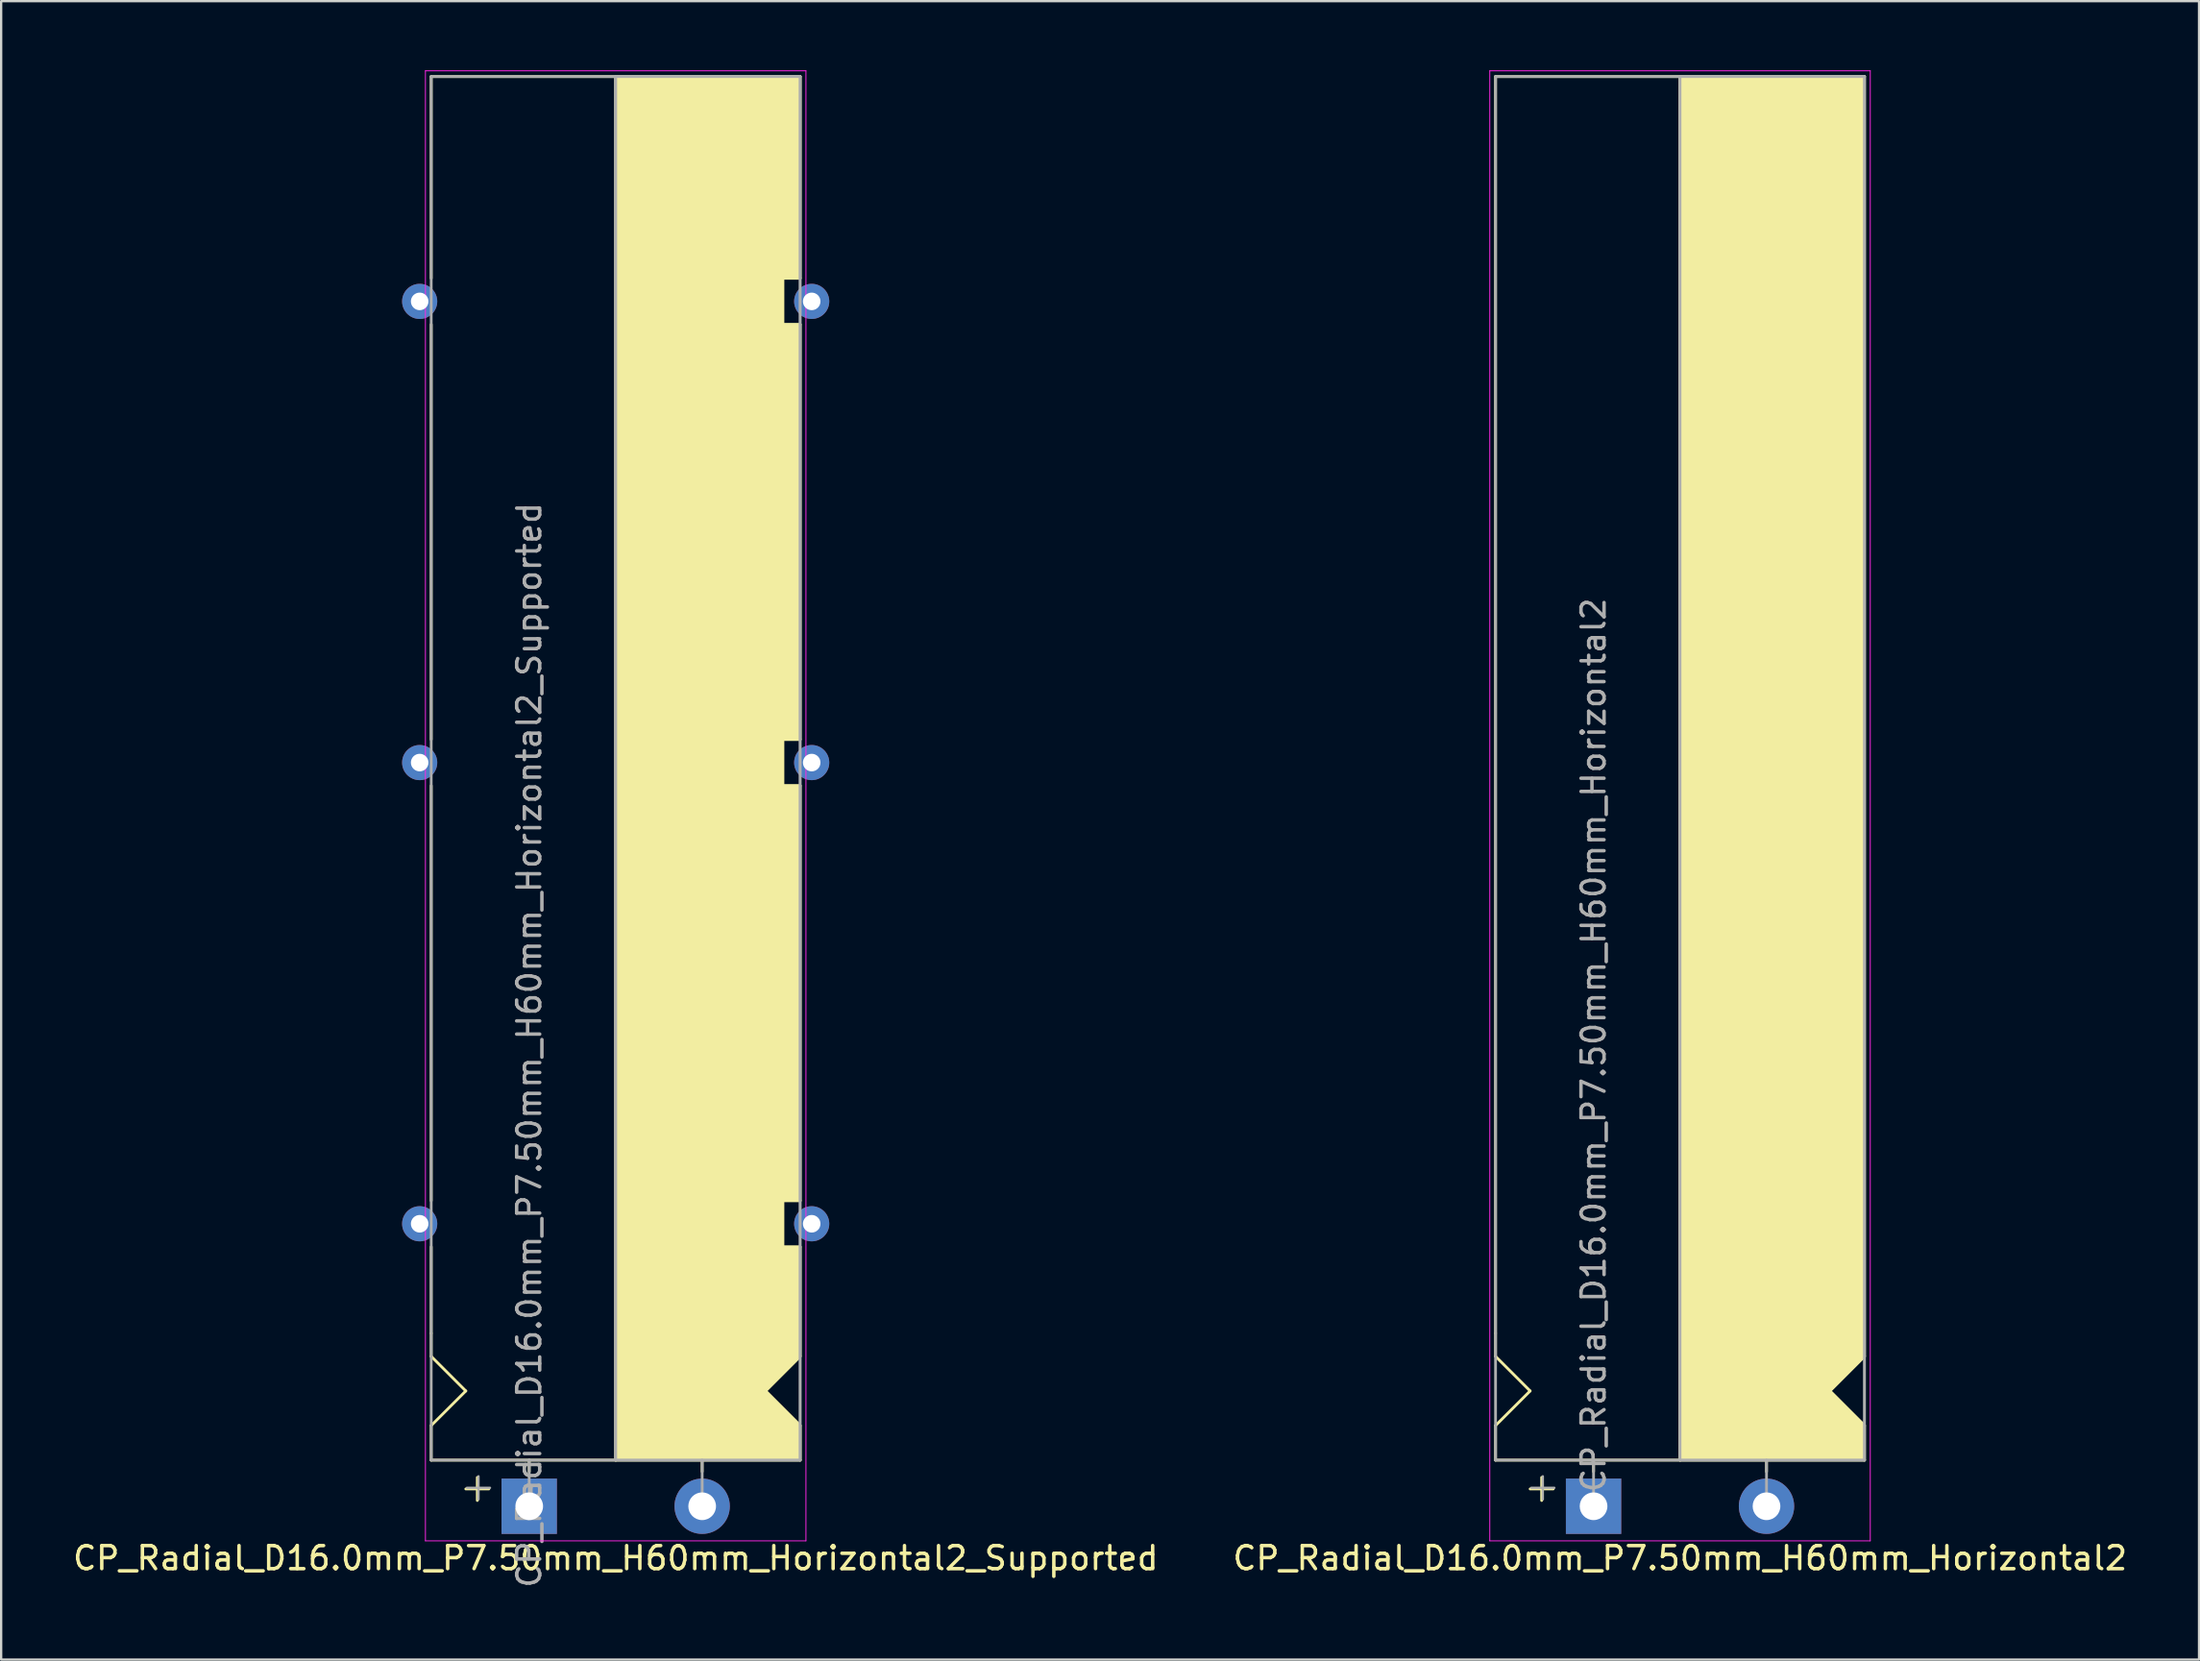
<source format=kicad_pcb>
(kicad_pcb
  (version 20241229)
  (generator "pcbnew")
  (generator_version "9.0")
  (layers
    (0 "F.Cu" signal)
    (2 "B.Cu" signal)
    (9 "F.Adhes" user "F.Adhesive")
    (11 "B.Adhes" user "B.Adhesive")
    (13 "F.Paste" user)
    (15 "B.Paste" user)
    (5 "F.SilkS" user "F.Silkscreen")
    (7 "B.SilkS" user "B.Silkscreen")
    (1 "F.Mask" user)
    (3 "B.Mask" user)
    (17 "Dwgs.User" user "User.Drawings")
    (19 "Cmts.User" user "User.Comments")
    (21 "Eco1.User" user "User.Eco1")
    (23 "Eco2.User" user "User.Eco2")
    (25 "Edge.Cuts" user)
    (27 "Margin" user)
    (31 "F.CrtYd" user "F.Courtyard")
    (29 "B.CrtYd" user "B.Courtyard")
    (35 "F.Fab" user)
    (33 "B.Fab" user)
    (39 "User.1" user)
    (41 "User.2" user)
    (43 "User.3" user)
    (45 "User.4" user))
  (footprint "CP_Radial_D16.0mm_P7.50mm_H60mm_Horizontal2_Supported"
    (layer "F.Cu")
    (at 19.899 62.27)
    (property "Reference" "CP_Radial_D16.0mm_P7.50mm_H60mm_Horizontal2_Supported" (at 3.75 2.25 0) (layer "F.SilkS") (effects (font (size 1 1) (thickness 0.15))))
    (attr through_hole)
    (fp_line (start -4.25 -53.25) (end -4.25 -62) (stroke (width 0.12) (type solid)) (layer "F.SilkS"))
    (fp_line (start -4.25 -33.25) (end -4.25 -51.25) (stroke (width 0.12) (type solid)) (layer "F.SilkS"))
    (fp_line (start -4.25 -31.25) (end -4.25 -13.25) (stroke (width 0.12) (type solid)) (layer "F.SilkS"))
    (fp_line (start -4.25 -7.5) (end -4.25 -11.25) (stroke (width 0.12) (type solid)) (layer "F.SilkS"))
    (fp_line (start -4.25 -6.5) (end -4.25 -7.5) (stroke (width 0.12) (type solid)) (layer "F.SilkS"))
    (fp_line (start -4.25 -3.5) (end -2.75 -5) (stroke (width 0.12) (type solid)) (layer "F.SilkS"))
    (fp_line (start -4.25 -2) (end -4.25 -3.5) (stroke (width 0.12) (type solid)) (layer "F.SilkS"))
    (fp_line (start -2.75 -5) (end -4.25 -6.5) (stroke (width 0.12) (type solid)) (layer "F.SilkS"))
    (fp_line (start -2.25 -1.25) (end -2.25 -0.25) (stroke (width 0.12) (type solid)) (layer "F.SilkS"))
    (fp_line (start -1.75 -0.75) (end -2.75 -0.75) (stroke (width 0.12) (type solid)) (layer "F.SilkS"))
    (fp_line (start 0 -1.5) (end 0 -2) (stroke (width 0.12) (type solid)) (layer "F.SilkS"))
    (fp_line (start 3.75 -2) (end -4.25 -2) (stroke (width 0.12) (type solid)) (layer "F.SilkS"))
    (fp_line (start 3.75 -2) (end 3.75 -62) (stroke (width 0.12) (type solid)) (layer "F.SilkS"))
    (fp_line (start 3.75 -2) (end 11.75 -2) (stroke (width 0.12) (type solid)) (layer "F.SilkS"))
    (fp_line (start 7.5 -1.5) (end 7.5 -2) (stroke (width 0.12) (type solid)) (layer "F.SilkS"))
    (fp_line (start 10.25 -5) (end 11.75 -6.5) (stroke (width 0.12) (type solid)) (layer "F.SilkS"))
    (fp_line (start 11 -53.25) (end 11 -51.25) (stroke (width 0.12) (type solid)) (layer "F.SilkS"))
    (fp_line (start 11 -51.25) (end 11.75 -51.25) (stroke (width 0.12) (type solid)) (layer "F.SilkS"))
    (fp_line (start 11 -33.25) (end 11 -31.25) (stroke (width 0.12) (type solid)) (layer "F.SilkS"))
    (fp_line (start 11 -31.25) (end 11.75 -31.25) (stroke (width 0.12) (type solid)) (layer "F.SilkS"))
    (fp_line (start 11 -13.25) (end 11 -11.25) (stroke (width 0.12) (type solid)) (layer "F.SilkS"))
    (fp_line (start 11 -11.25) (end 11.75 -11.25) (stroke (width 0.12) (type solid)) (layer "F.SilkS"))
    (fp_line (start 11.75 -62) (end -4.25 -62) (stroke (width 0.12) (type solid)) (layer "F.SilkS"))
    (fp_line (start 11.75 -62) (end 11.75 -53.25) (stroke (width 0.12) (type solid)) (layer "F.SilkS"))
    (fp_line (start 11.75 -53.25) (end 11 -53.25) (stroke (width 0.12) (type solid)) (layer "F.SilkS"))
    (fp_line (start 11.75 -33.25) (end 11 -33.25) (stroke (width 0.12) (type solid)) (layer "F.SilkS"))
    (fp_line (start 11.75 -33.25) (end 11.75 -51.25) (stroke (width 0.12) (type solid)) (layer "F.SilkS"))
    (fp_line (start 11.75 -13.25) (end 11 -13.25) (stroke (width 0.12) (type solid)) (layer "F.SilkS"))
    (fp_line (start 11.75 -13.25) (end 11.75 -31.25) (stroke (width 0.12) (type solid)) (layer "F.SilkS"))
    (fp_line (start 11.75 -11.25) (end 11.75 -6.5) (stroke (width 0.12) (type solid)) (layer "F.SilkS"))
    (fp_line (start 11.75 -3.5) (end 10.25 -5) (stroke (width 0.12) (type solid)) (layer "F.SilkS"))
    (fp_line (start 11.75 -2) (end 11.75 -3.5) (stroke (width 0.12) (type solid)) (layer "F.SilkS"))
    (fp_poly (pts (xy 11.75 -3.5) (xy 10.25 -5) (xy 11.75 -6.5) (xy 11.75 -11.25) (xy 11 -11.25) (xy 11 -13.25) (xy 11.75 -13.25) (xy 11.75 -31.25) (xy 11 -31.25) (xy 11 -33.25) (xy 11.75 -33.25) (xy 11.75 -51.25) (xy 11 -51.25) (xy 11 -53.25) (xy 11.75 -53.25) (xy 11.75 -62) (xy 3.75 -62) (xy 3.75 -2) (xy 11.75 -2)) (stroke (width 0.1) (type solid)) (fill yes) (layer "F.SilkS"))
    (fp_line (start -4.5 -62.25) (end -4.5 1.5) (stroke (width 0.04) (type solid)) (layer "F.CrtYd"))
    (fp_line (start -4.5 1.5) (end 12 1.5) (stroke (width 0.04) (type solid)) (layer "F.CrtYd"))
    (fp_line (start 12 -62.25) (end -4.5 -62.25) (stroke (width 0.04) (type solid)) (layer "F.CrtYd"))
    (fp_line (start 12 1.5) (end 12 -62.25) (stroke (width 0.04) (type solid)) (layer "F.CrtYd"))
    (fp_line (start -4.25 -62) (end 11.75 -62) (stroke (width 0.12) (type solid)) (layer "F.Fab"))
    (fp_line (start -4.25 -2) (end -4.25 -62) (stroke (width 0.12) (type solid)) (layer "F.Fab"))
    (fp_line (start -2.7 -0.8) (end -1.7 -0.8) (stroke (width 0.1) (type solid)) (layer "F.Fab"))
    (fp_line (start -2.2 -0.3) (end -2.2 -1.3) (stroke (width 0.1) (type solid)) (layer "F.Fab"))
    (fp_line (start 0 -2) (end -4.25 -2) (stroke (width 0.12) (type solid)) (layer "F.Fab"))
    (fp_line (start 0 0) (end 0 -2) (stroke (width 0.12) (type solid)) (layer "F.Fab"))
    (fp_line (start 3.75 -2) (end 3.75 -62) (stroke (width 0.12) (type solid)) (layer "F.Fab"))
    (fp_line (start 7.5 0) (end 7.5 -2) (stroke (width 0.12) (type solid)) (layer "F.Fab"))
    (fp_line (start 11.75 -62) (end 11.75 -2) (stroke (width 0.12) (type solid)) (layer "F.Fab"))
    (fp_line (start 11.75 -2) (end 0 -2) (stroke (width 0.12) (type solid)) (layer "F.Fab"))
    (fp_poly (pts (xy 11.75 -62) (xy 3.75 -62) (xy 3.75 -2) (xy 11.75 -2)) (stroke (width 0.1) (type solid)) (fill no) (layer "F.Fab"))
    (fp_text user "${REFERENCE}" (at 0 -20 90) (layer "F.Fab") (effects (font (size 1 1) (thickness 0.15))))
    (pad "" thru_hole circle (at -4.75 -52.25 270) (size 1.524 1.524) (drill 0.762) (layers "*.Cu" "*.Mask"))
    (pad "" thru_hole circle (at -4.75 -32.25 180) (size 1.524 1.524) (drill 0.762) (layers "*.Cu" "*.Mask"))
    (pad "" thru_hole circle (at -4.75 -12.25 180) (size 1.524 1.524) (drill 0.762) (layers "*.Cu" "*.Mask"))
    (pad "" thru_hole circle (at 12.25 -52.25 180) (size 1.524 1.524) (drill 0.762) (layers "*.Cu" "*.Mask"))
    (pad "" thru_hole circle (at 12.25 -32.25 180) (size 1.524 1.524) (drill 0.762) (layers "*.Cu" "*.Mask"))
    (pad "" thru_hole circle (at 12.25 -12.25 180) (size 1.524 1.524) (drill 0.762) (layers "*.Cu" "*.Mask"))
    (pad "1" thru_hole rect (at 0 0) (size 2.4 2.4) (drill 1.2) (layers "*.Cu" "*.Mask"))
    (pad "2" thru_hole circle (at 7.5 0) (size 2.4 2.4) (drill 1.2) (layers "*.Cu" "*.Mask")))
  (footprint "CP_Radial_D16.0mm_P7.50mm_H60mm_Horizontal2"
    (layer "F.Cu")
    (at 66.054 62.27)
    (property "Reference" "CP_Radial_D16.0mm_P7.50mm_H60mm_Horizontal2" (at 3.75 2.25 0) (layer "F.SilkS") (effects (font (size 1 1) (thickness 0.15))))
    (attr through_hole)
    (fp_line (start -4.25 -7.5) (end -4.25 -62) (stroke (width 0.12) (type solid)) (layer "F.SilkS"))
    (fp_line (start -4.25 -6.5) (end -4.25 -7.5) (stroke (width 0.12) (type solid)) (layer "F.SilkS"))
    (fp_line (start -4.25 -3.5) (end -2.75 -5) (stroke (width 0.12) (type solid)) (layer "F.SilkS"))
    (fp_line (start -4.25 -2) (end -4.25 -3.5) (stroke (width 0.12) (type solid)) (layer "F.SilkS"))
    (fp_line (start -2.75 -5) (end -4.25 -6.5) (stroke (width 0.12) (type solid)) (layer "F.SilkS"))
    (fp_line (start -2.25 -1.25) (end -2.25 -0.25) (stroke (width 0.12) (type solid)) (layer "F.SilkS"))
    (fp_line (start -1.75 -0.75) (end -2.75 -0.75) (stroke (width 0.12) (type solid)) (layer "F.SilkS"))
    (fp_line (start 0 -1.5) (end 0 -2) (stroke (width 0.12) (type solid)) (layer "F.SilkS"))
    (fp_line (start 3.75 -2) (end -4.25 -2) (stroke (width 0.12) (type solid)) (layer "F.SilkS"))
    (fp_line (start 3.75 -2) (end 3.75 -62) (stroke (width 0.12) (type solid)) (layer "F.SilkS"))
    (fp_line (start 3.75 -2) (end 11.75 -2) (stroke (width 0.12) (type solid)) (layer "F.SilkS"))
    (fp_line (start 7.5 -1.5) (end 7.5 -2) (stroke (width 0.12) (type solid)) (layer "F.SilkS"))
    (fp_line (start 10.25 -5) (end 11.75 -6.5) (stroke (width 0.12) (type solid)) (layer "F.SilkS"))
    (fp_line (start 11.75 -62) (end -4.25 -62) (stroke (width 0.12) (type solid)) (layer "F.SilkS"))
    (fp_line (start 11.75 -62) (end 11.75 -6.5) (stroke (width 0.12) (type solid)) (layer "F.SilkS"))
    (fp_line (start 11.75 -3.5) (end 10.25 -5) (stroke (width 0.12) (type solid)) (layer "F.SilkS"))
    (fp_line (start 11.75 -2) (end 11.75 -3.5) (stroke (width 0.12) (type solid)) (layer "F.SilkS"))
    (fp_poly (pts (xy 11.75 -3.5) (xy 10.25 -5) (xy 11.75 -6.5) (xy 11.75 -62) (xy 3.75 -62) (xy 3.75 -2) (xy 11.75 -2)) (stroke (width 0.1) (type solid)) (fill yes) (layer "F.SilkS"))
    (fp_line (start -4.5 -62.25) (end -4.5 1.5) (stroke (width 0.04) (type solid)) (layer "F.CrtYd"))
    (fp_line (start -4.5 1.5) (end 12 1.5) (stroke (width 0.04) (type solid)) (layer "F.CrtYd"))
    (fp_line (start 12 -62.25) (end -4.5 -62.25) (stroke (width 0.04) (type solid)) (layer "F.CrtYd"))
    (fp_line (start 12 1.5) (end 12 -62.25) (stroke (width 0.04) (type solid)) (layer "F.CrtYd"))
    (fp_line (start -4.25 -62) (end 11.75 -62) (stroke (width 0.12) (type solid)) (layer "F.Fab"))
    (fp_line (start -4.25 -2) (end -4.25 -62) (stroke (width 0.12) (type solid)) (layer "F.Fab"))
    (fp_line (start -2.7 -0.8) (end -1.7 -0.8) (stroke (width 0.1) (type solid)) (layer "F.Fab"))
    (fp_line (start -2.2 -0.3) (end -2.2 -1.3) (stroke (width 0.1) (type solid)) (layer "F.Fab"))
    (fp_line (start 0 -2) (end -4.25 -2) (stroke (width 0.12) (type solid)) (layer "F.Fab"))
    (fp_line (start 0 0) (end 0 -2) (stroke (width 0.12) (type solid)) (layer "F.Fab"))
    (fp_line (start 3.75 -2) (end 3.75 -62) (stroke (width 0.12) (type solid)) (layer "F.Fab"))
    (fp_line (start 7.5 0) (end 7.5 -2) (stroke (width 0.12) (type solid)) (layer "F.Fab"))
    (fp_line (start 11.75 -62) (end 11.75 -2) (stroke (width 0.12) (type solid)) (layer "F.Fab"))
    (fp_line (start 11.75 -2) (end 0 -2) (stroke (width 0.12) (type solid)) (layer "F.Fab"))
    (fp_poly (pts (xy 11.75 -62) (xy 3.75 -62) (xy 3.75 -2) (xy 11.75 -2)) (stroke (width 0.1) (type solid)) (fill no) (layer "F.Fab"))
    (fp_text user "${REFERENCE}" (at 0 -20 90) (layer "F.Fab") (effects (font (size 1 1) (thickness 0.15))))
    (pad "1" thru_hole rect (at 0 0) (size 2.4 2.4) (drill 1.2) (layers "*.Cu" "*.Mask"))
    (pad "2" thru_hole circle (at 7.5 0) (size 2.4 2.4) (drill 1.2) (layers "*.Cu" "*.Mask")))
  (gr_rect
    (start -3 -3)
    (end 92.31 68.919)
    (stroke (width 0.1) (type default))
    (fill no)
    (layer "Edge.Cuts")))
</source>
